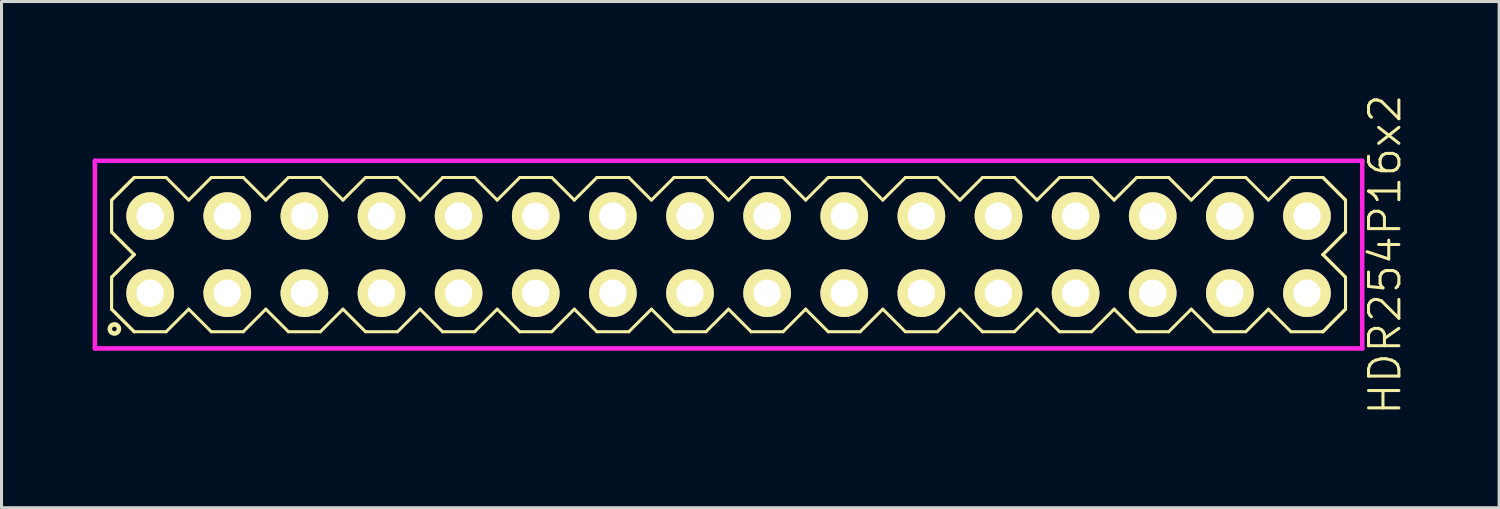
<source format=kicad_pcb>
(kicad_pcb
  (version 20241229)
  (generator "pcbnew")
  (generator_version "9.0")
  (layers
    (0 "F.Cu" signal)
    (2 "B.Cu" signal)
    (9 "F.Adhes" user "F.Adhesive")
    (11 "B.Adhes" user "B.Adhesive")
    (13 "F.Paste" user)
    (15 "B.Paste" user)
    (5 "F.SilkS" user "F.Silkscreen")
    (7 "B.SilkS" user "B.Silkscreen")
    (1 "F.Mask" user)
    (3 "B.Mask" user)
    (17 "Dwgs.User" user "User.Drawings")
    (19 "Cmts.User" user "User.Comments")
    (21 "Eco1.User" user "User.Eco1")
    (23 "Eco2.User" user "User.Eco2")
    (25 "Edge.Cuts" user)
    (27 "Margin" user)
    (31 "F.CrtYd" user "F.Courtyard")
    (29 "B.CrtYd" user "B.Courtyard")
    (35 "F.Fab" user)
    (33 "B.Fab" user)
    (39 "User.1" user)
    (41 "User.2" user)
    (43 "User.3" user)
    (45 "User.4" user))
  (footprint "HDR254P16x2"
    (layer "F.Cu")
    (at 20.945 5.336)
    (property "Reference" "HDR254P16x2" (at 21.62 0 90) (layer "F.SilkS") (effects (font (size 1 1) (thickness 0.1))))
    (attr through_hole)
    (fp_line (start -20.32 -1.796) (end -19.576 -2.54) (stroke (width 0.1) (type solid)) (layer "F.SilkS"))
    (fp_line (start -20.32 -1.796) (end -19.576 -2.54) (stroke (width 0.1) (type solid)) (layer "F.SilkS"))
    (fp_line (start -20.32 -0.744) (end -20.32 -1.796) (stroke (width 0.1) (type solid)) (layer "F.SilkS"))
    (fp_line (start -20.32 -0.744) (end -20.32 -1.796) (stroke (width 0.1) (type solid)) (layer "F.SilkS"))
    (fp_line (start -20.32 0.744) (end -19.576 0) (stroke (width 0.1) (type solid)) (layer "F.SilkS"))
    (fp_line (start -20.32 0.744) (end -19.576 0) (stroke (width 0.1) (type solid)) (layer "F.SilkS"))
    (fp_line (start -20.32 1.796) (end -20.32 0.744) (stroke (width 0.1) (type solid)) (layer "F.SilkS"))
    (fp_line (start -20.32 1.796) (end -20.32 0.744) (stroke (width 0.1) (type solid)) (layer "F.SilkS"))
    (fp_line (start -19.576 -2.54) (end -18.524 -2.54) (stroke (width 0.1) (type solid)) (layer "F.SilkS"))
    (fp_line (start -19.576 0) (end -20.32 -0.744) (stroke (width 0.1) (type solid)) (layer "F.SilkS"))
    (fp_line (start -19.576 0) (end -20.32 -0.744) (stroke (width 0.1) (type solid)) (layer "F.SilkS"))
    (fp_line (start -19.576 2.54) (end -20.32 1.796) (stroke (width 0.1) (type solid)) (layer "F.SilkS"))
    (fp_line (start -19.576 2.54) (end -20.32 1.796) (stroke (width 0.1) (type solid)) (layer "F.SilkS"))
    (fp_line (start -18.524 -2.54) (end -17.78 -1.796) (stroke (width 0.1) (type solid)) (layer "F.SilkS"))
    (fp_line (start -18.524 2.54) (end -19.576 2.54) (stroke (width 0.1) (type solid)) (layer "F.SilkS"))
    (fp_line (start -17.78 -1.796) (end -17.036 -2.54) (stroke (width 0.1) (type solid)) (layer "F.SilkS"))
    (fp_line (start -17.78 1.796) (end -18.524 2.54) (stroke (width 0.1) (type solid)) (layer "F.SilkS"))
    (fp_line (start -17.036 -2.54) (end -15.984 -2.54) (stroke (width 0.1) (type solid)) (layer "F.SilkS"))
    (fp_line (start -17.036 2.54) (end -17.78 1.796) (stroke (width 0.1) (type solid)) (layer "F.SilkS"))
    (fp_line (start -15.984 -2.54) (end -15.24 -1.796) (stroke (width 0.1) (type solid)) (layer "F.SilkS"))
    (fp_line (start -15.984 2.54) (end -17.036 2.54) (stroke (width 0.1) (type solid)) (layer "F.SilkS"))
    (fp_line (start -15.24 -1.796) (end -14.496 -2.54) (stroke (width 0.1) (type solid)) (layer "F.SilkS"))
    (fp_line (start -15.24 1.796) (end -15.984 2.54) (stroke (width 0.1) (type solid)) (layer "F.SilkS"))
    (fp_line (start -14.496 -2.54) (end -13.444 -2.54) (stroke (width 0.1) (type solid)) (layer "F.SilkS"))
    (fp_line (start -14.496 2.54) (end -15.24 1.796) (stroke (width 0.1) (type solid)) (layer "F.SilkS"))
    (fp_line (start -13.444 -2.54) (end -12.7 -1.796) (stroke (width 0.1) (type solid)) (layer "F.SilkS"))
    (fp_line (start -13.444 2.54) (end -14.496 2.54) (stroke (width 0.1) (type solid)) (layer "F.SilkS"))
    (fp_line (start -12.7 -1.796) (end -11.956 -2.54) (stroke (width 0.1) (type solid)) (layer "F.SilkS"))
    (fp_line (start -12.7 1.796) (end -13.444 2.54) (stroke (width 0.1) (type solid)) (layer "F.SilkS"))
    (fp_line (start -11.956 -2.54) (end -10.904 -2.54) (stroke (width 0.1) (type solid)) (layer "F.SilkS"))
    (fp_line (start -11.956 2.54) (end -12.7 1.796) (stroke (width 0.1) (type solid)) (layer "F.SilkS"))
    (fp_line (start -10.904 -2.54) (end -10.16 -1.796) (stroke (width 0.1) (type solid)) (layer "F.SilkS"))
    (fp_line (start -10.904 2.54) (end -11.956 2.54) (stroke (width 0.1) (type solid)) (layer "F.SilkS"))
    (fp_line (start -10.16 -1.796) (end -9.416 -2.54) (stroke (width 0.1) (type solid)) (layer "F.SilkS"))
    (fp_line (start -10.16 1.796) (end -10.904 2.54) (stroke (width 0.1) (type solid)) (layer "F.SilkS"))
    (fp_line (start -9.416 -2.54) (end -8.364 -2.54) (stroke (width 0.1) (type solid)) (layer "F.SilkS"))
    (fp_line (start -9.416 2.54) (end -10.16 1.796) (stroke (width 0.1) (type solid)) (layer "F.SilkS"))
    (fp_line (start -8.364 -2.54) (end -7.62 -1.796) (stroke (width 0.1) (type solid)) (layer "F.SilkS"))
    (fp_line (start -8.364 2.54) (end -9.416 2.54) (stroke (width 0.1) (type solid)) (layer "F.SilkS"))
    (fp_line (start -7.62 -1.796) (end -6.876 -2.54) (stroke (width 0.1) (type solid)) (layer "F.SilkS"))
    (fp_line (start -7.62 1.796) (end -8.364 2.54) (stroke (width 0.1) (type solid)) (layer "F.SilkS"))
    (fp_line (start -6.876 -2.54) (end -5.824 -2.54) (stroke (width 0.1) (type solid)) (layer "F.SilkS"))
    (fp_line (start -6.876 2.54) (end -7.62 1.796) (stroke (width 0.1) (type solid)) (layer "F.SilkS"))
    (fp_line (start -5.824 -2.54) (end -5.08 -1.796) (stroke (width 0.1) (type solid)) (layer "F.SilkS"))
    (fp_line (start -5.824 2.54) (end -6.876 2.54) (stroke (width 0.1) (type solid)) (layer "F.SilkS"))
    (fp_line (start -5.08 -1.796) (end -4.336 -2.54) (stroke (width 0.1) (type solid)) (layer "F.SilkS"))
    (fp_line (start -5.08 1.796) (end -5.824 2.54) (stroke (width 0.1) (type solid)) (layer "F.SilkS"))
    (fp_line (start -4.336 -2.54) (end -3.284 -2.54) (stroke (width 0.1) (type solid)) (layer "F.SilkS"))
    (fp_line (start -4.336 2.54) (end -5.08 1.796) (stroke (width 0.1) (type solid)) (layer "F.SilkS"))
    (fp_line (start -3.284 -2.54) (end -2.54 -1.796) (stroke (width 0.1) (type solid)) (layer "F.SilkS"))
    (fp_line (start -3.284 2.54) (end -4.336 2.54) (stroke (width 0.1) (type solid)) (layer "F.SilkS"))
    (fp_line (start -2.54 -1.796) (end -1.796 -2.54) (stroke (width 0.1) (type solid)) (layer "F.SilkS"))
    (fp_line (start -2.54 1.796) (end -3.284 2.54) (stroke (width 0.1) (type solid)) (layer "F.SilkS"))
    (fp_line (start -1.796 -2.54) (end -0.744 -2.54) (stroke (width 0.1) (type solid)) (layer "F.SilkS"))
    (fp_line (start -1.796 2.54) (end -2.54 1.796) (stroke (width 0.1) (type solid)) (layer "F.SilkS"))
    (fp_line (start -0.744 -2.54) (end 0 -1.796) (stroke (width 0.1) (type solid)) (layer "F.SilkS"))
    (fp_line (start -0.744 2.54) (end -1.796 2.54) (stroke (width 0.1) (type solid)) (layer "F.SilkS"))
    (fp_line (start 0 -1.796) (end 0.744 -2.54) (stroke (width 0.1) (type solid)) (layer "F.SilkS"))
    (fp_line (start 0 1.796) (end -0.744 2.54) (stroke (width 0.1) (type solid)) (layer "F.SilkS"))
    (fp_line (start 0.744 -2.54) (end 1.796 -2.54) (stroke (width 0.1) (type solid)) (layer "F.SilkS"))
    (fp_line (start 0.744 2.54) (end 0 1.796) (stroke (width 0.1) (type solid)) (layer "F.SilkS"))
    (fp_line (start 1.796 -2.54) (end 2.54 -1.796) (stroke (width 0.1) (type solid)) (layer "F.SilkS"))
    (fp_line (start 1.796 2.54) (end 0.744 2.54) (stroke (width 0.1) (type solid)) (layer "F.SilkS"))
    (fp_line (start 2.54 -1.796) (end 3.284 -2.54) (stroke (width 0.1) (type solid)) (layer "F.SilkS"))
    (fp_line (start 2.54 1.796) (end 1.796 2.54) (stroke (width 0.1) (type solid)) (layer "F.SilkS"))
    (fp_line (start 3.284 -2.54) (end 4.336 -2.54) (stroke (width 0.1) (type solid)) (layer "F.SilkS"))
    (fp_line (start 3.284 2.54) (end 2.54 1.796) (stroke (width 0.1) (type solid)) (layer "F.SilkS"))
    (fp_line (start 4.336 -2.54) (end 5.08 -1.796) (stroke (width 0.1) (type solid)) (layer "F.SilkS"))
    (fp_line (start 4.336 2.54) (end 3.284 2.54) (stroke (width 0.1) (type solid)) (layer "F.SilkS"))
    (fp_line (start 5.08 -1.796) (end 5.824 -2.54) (stroke (width 0.1) (type solid)) (layer "F.SilkS"))
    (fp_line (start 5.08 1.796) (end 4.336 2.54) (stroke (width 0.1) (type solid)) (layer "F.SilkS"))
    (fp_line (start 5.824 -2.54) (end 6.876 -2.54) (stroke (width 0.1) (type solid)) (layer "F.SilkS"))
    (fp_line (start 5.824 2.54) (end 5.08 1.796) (stroke (width 0.1) (type solid)) (layer "F.SilkS"))
    (fp_line (start 6.876 -2.54) (end 7.62 -1.796) (stroke (width 0.1) (type solid)) (layer "F.SilkS"))
    (fp_line (start 6.876 2.54) (end 5.824 2.54) (stroke (width 0.1) (type solid)) (layer "F.SilkS"))
    (fp_line (start 7.62 -1.796) (end 8.364 -2.54) (stroke (width 0.1) (type solid)) (layer "F.SilkS"))
    (fp_line (start 7.62 1.796) (end 6.876 2.54) (stroke (width 0.1) (type solid)) (layer "F.SilkS"))
    (fp_line (start 8.364 -2.54) (end 9.416 -2.54) (stroke (width 0.1) (type solid)) (layer "F.SilkS"))
    (fp_line (start 8.364 2.54) (end 7.62 1.796) (stroke (width 0.1) (type solid)) (layer "F.SilkS"))
    (fp_line (start 9.416 -2.54) (end 10.16 -1.796) (stroke (width 0.1) (type solid)) (layer "F.SilkS"))
    (fp_line (start 9.416 2.54) (end 8.364 2.54) (stroke (width 0.1) (type solid)) (layer "F.SilkS"))
    (fp_line (start 10.16 -1.796) (end 10.904 -2.54) (stroke (width 0.1) (type solid)) (layer "F.SilkS"))
    (fp_line (start 10.16 1.796) (end 9.416 2.54) (stroke (width 0.1) (type solid)) (layer "F.SilkS"))
    (fp_line (start 10.904 -2.54) (end 11.956 -2.54) (stroke (width 0.1) (type solid)) (layer "F.SilkS"))
    (fp_line (start 10.904 2.54) (end 10.16 1.796) (stroke (width 0.1) (type solid)) (layer "F.SilkS"))
    (fp_line (start 11.956 -2.54) (end 12.7 -1.796) (stroke (width 0.1) (type solid)) (layer "F.SilkS"))
    (fp_line (start 11.956 2.54) (end 10.904 2.54) (stroke (width 0.1) (type solid)) (layer "F.SilkS"))
    (fp_line (start 12.7 -1.796) (end 13.444 -2.54) (stroke (width 0.1) (type solid)) (layer "F.SilkS"))
    (fp_line (start 12.7 1.796) (end 11.956 2.54) (stroke (width 0.1) (type solid)) (layer "F.SilkS"))
    (fp_line (start 13.444 -2.54) (end 14.496 -2.54) (stroke (width 0.1) (type solid)) (layer "F.SilkS"))
    (fp_line (start 13.444 2.54) (end 12.7 1.796) (stroke (width 0.1) (type solid)) (layer "F.SilkS"))
    (fp_line (start 14.496 -2.54) (end 15.24 -1.796) (stroke (width 0.1) (type solid)) (layer "F.SilkS"))
    (fp_line (start 14.496 2.54) (end 13.444 2.54) (stroke (width 0.1) (type solid)) (layer "F.SilkS"))
    (fp_line (start 15.24 -1.796) (end 15.984 -2.54) (stroke (width 0.1) (type solid)) (layer "F.SilkS"))
    (fp_line (start 15.24 1.796) (end 14.496 2.54) (stroke (width 0.1) (type solid)) (layer "F.SilkS"))
    (fp_line (start 15.984 -2.54) (end 17.036 -2.54) (stroke (width 0.1) (type solid)) (layer "F.SilkS"))
    (fp_line (start 15.984 2.54) (end 15.24 1.796) (stroke (width 0.1) (type solid)) (layer "F.SilkS"))
    (fp_line (start 17.036 -2.54) (end 17.78 -1.796) (stroke (width 0.1) (type solid)) (layer "F.SilkS"))
    (fp_line (start 17.036 2.54) (end 15.984 2.54) (stroke (width 0.1) (type solid)) (layer "F.SilkS"))
    (fp_line (start 17.78 -1.796) (end 18.524 -2.54) (stroke (width 0.1) (type solid)) (layer "F.SilkS"))
    (fp_line (start 17.78 1.796) (end 17.036 2.54) (stroke (width 0.1) (type solid)) (layer "F.SilkS"))
    (fp_line (start 18.524 -2.54) (end 19.576 -2.54) (stroke (width 0.1) (type solid)) (layer "F.SilkS"))
    (fp_line (start 18.524 2.54) (end 17.78 1.796) (stroke (width 0.1) (type solid)) (layer "F.SilkS"))
    (fp_line (start 19.576 -2.54) (end 20.32 -1.796) (stroke (width 0.1) (type solid)) (layer "F.SilkS"))
    (fp_line (start 19.576 -2.54) (end 20.32 -1.796) (stroke (width 0.1) (type solid)) (layer "F.SilkS"))
    (fp_line (start 19.576 0) (end 20.32 0.744) (stroke (width 0.1) (type solid)) (layer "F.SilkS"))
    (fp_line (start 19.576 0) (end 20.32 0.744) (stroke (width 0.1) (type solid)) (layer "F.SilkS"))
    (fp_line (start 19.576 2.54) (end 18.524 2.54) (stroke (width 0.1) (type solid)) (layer "F.SilkS"))
    (fp_line (start 20.32 -1.796) (end 20.32 -0.744) (stroke (width 0.1) (type solid)) (layer "F.SilkS"))
    (fp_line (start 20.32 -1.796) (end 20.32 -0.744) (stroke (width 0.1) (type solid)) (layer "F.SilkS"))
    (fp_line (start 20.32 -0.744) (end 19.576 0) (stroke (width 0.1) (type solid)) (layer "F.SilkS"))
    (fp_line (start 20.32 -0.744) (end 19.576 0) (stroke (width 0.1) (type solid)) (layer "F.SilkS"))
    (fp_line (start 20.32 0.744) (end 20.32 1.796) (stroke (width 0.1) (type solid)) (layer "F.SilkS"))
    (fp_line (start 20.32 0.744) (end 20.32 1.796) (stroke (width 0.1) (type solid)) (layer "F.SilkS"))
    (fp_line (start 20.32 1.796) (end 19.576 2.54) (stroke (width 0.1) (type solid)) (layer "F.SilkS"))
    (fp_line (start 20.32 1.796) (end 19.576 2.54) (stroke (width 0.1) (type solid)) (layer "F.SilkS"))
    (fp_circle (center -20.228 2.448) (end -20.078 2.448) (stroke (width 0.15) (type solid)) (fill no) (layer "F.SilkS"))
    (fp_line (start -20.87 -3.09) (end -20.87 3.09) (stroke (width 0.15) (type solid)) (layer "F.CrtYd"))
    (fp_line (start -20.87 3.09) (end 20.87 3.09) (stroke (width 0.15) (type solid)) (layer "F.CrtYd"))
    (fp_line (start 20.87 -3.09) (end -20.87 -3.09) (stroke (width 0.15) (type solid)) (layer "F.CrtYd"))
    (fp_line (start 20.87 3.09) (end 20.87 -3.09) (stroke (width 0.15) (type solid)) (layer "F.CrtYd"))
    (pad "1" thru_hole oval (at -19.05 1.27) (size 1.57 1.57) (drill 0.9) (layers "*.Cu" "*.Mask" "F.SilkS"))
    (pad "2" thru_hole oval (at -19.05 -1.27) (size 1.57 1.57) (drill 0.9) (layers "*.Cu" "*.Mask" "F.SilkS"))
    (pad "3" thru_hole oval (at -16.51 1.27) (size 1.57 1.57) (drill 0.9) (layers "*.Cu" "*.Mask" "F.SilkS"))
    (pad "4" thru_hole oval (at -16.51 -1.27) (size 1.57 1.57) (drill 0.9) (layers "*.Cu" "*.Mask" "F.SilkS"))
    (pad "5" thru_hole oval (at -13.97 1.27) (size 1.57 1.57) (drill 0.9) (layers "*.Cu" "*.Mask" "F.SilkS"))
    (pad "6" thru_hole oval (at -13.97 -1.27) (size 1.57 1.57) (drill 0.9) (layers "*.Cu" "*.Mask" "F.SilkS"))
    (pad "7" thru_hole oval (at -11.43 1.27) (size 1.57 1.57) (drill 0.9) (layers "*.Cu" "*.Mask" "F.SilkS"))
    (pad "8" thru_hole oval (at -11.43 -1.27) (size 1.57 1.57) (drill 0.9) (layers "*.Cu" "*.Mask" "F.SilkS"))
    (pad "9" thru_hole oval (at -8.89 1.27) (size 1.57 1.57) (drill 0.9) (layers "*.Cu" "*.Mask" "F.SilkS"))
    (pad "10" thru_hole oval (at -8.89 -1.27) (size 1.57 1.57) (drill 0.9) (layers "*.Cu" "*.Mask" "F.SilkS"))
    (pad "11" thru_hole oval (at -6.35 1.27) (size 1.57 1.57) (drill 0.9) (layers "*.Cu" "*.Mask" "F.SilkS"))
    (pad "12" thru_hole oval (at -6.35 -1.27) (size 1.57 1.57) (drill 0.9) (layers "*.Cu" "*.Mask" "F.SilkS"))
    (pad "13" thru_hole oval (at -3.81 1.27) (size 1.57 1.57) (drill 0.9) (layers "*.Cu" "*.Mask" "F.SilkS"))
    (pad "14" thru_hole oval (at -3.81 -1.27) (size 1.57 1.57) (drill 0.9) (layers "*.Cu" "*.Mask" "F.SilkS"))
    (pad "15" thru_hole oval (at -1.27 1.27) (size 1.57 1.57) (drill 0.9) (layers "*.Cu" "*.Mask" "F.SilkS"))
    (pad "16" thru_hole oval (at -1.27 -1.27) (size 1.57 1.57) (drill 0.9) (layers "*.Cu" "*.Mask" "F.SilkS"))
    (pad "17" thru_hole oval (at 1.27 1.27) (size 1.57 1.57) (drill 0.9) (layers "*.Cu" "*.Mask" "F.SilkS"))
    (pad "18" thru_hole oval (at 1.27 -1.27) (size 1.57 1.57) (drill 0.9) (layers "*.Cu" "*.Mask" "F.SilkS"))
    (pad "19" thru_hole oval (at 3.81 1.27) (size 1.57 1.57) (drill 0.9) (layers "*.Cu" "*.Mask" "F.SilkS"))
    (pad "20" thru_hole oval (at 3.81 -1.27) (size 1.57 1.57) (drill 0.9) (layers "*.Cu" "*.Mask" "F.SilkS"))
    (pad "21" thru_hole oval (at 6.35 1.27) (size 1.57 1.57) (drill 0.9) (layers "*.Cu" "*.Mask" "F.SilkS"))
    (pad "22" thru_hole oval (at 6.35 -1.27) (size 1.57 1.57) (drill 0.9) (layers "*.Cu" "*.Mask" "F.SilkS"))
    (pad "23" thru_hole oval (at 8.89 1.27) (size 1.57 1.57) (drill 0.9) (layers "*.Cu" "*.Mask" "F.SilkS"))
    (pad "24" thru_hole oval (at 8.89 -1.27) (size 1.57 1.57) (drill 0.9) (layers "*.Cu" "*.Mask" "F.SilkS"))
    (pad "25" thru_hole oval (at 11.43 1.27) (size 1.57 1.57) (drill 0.9) (layers "*.Cu" "*.Mask" "F.SilkS"))
    (pad "26" thru_hole oval (at 11.43 -1.27) (size 1.57 1.57) (drill 0.9) (layers "*.Cu" "*.Mask" "F.SilkS"))
    (pad "27" thru_hole oval (at 13.97 1.27) (size 1.57 1.57) (drill 0.9) (layers "*.Cu" "*.Mask" "F.SilkS"))
    (pad "28" thru_hole oval (at 13.97 -1.27) (size 1.57 1.57) (drill 0.9) (layers "*.Cu" "*.Mask" "F.SilkS"))
    (pad "29" thru_hole oval (at 16.51 1.27) (size 1.57 1.57) (drill 0.9) (layers "*.Cu" "*.Mask" "F.SilkS"))
    (pad "30" thru_hole oval (at 16.51 -1.27) (size 1.57 1.57) (drill 0.9) (layers "*.Cu" "*.Mask" "F.SilkS"))
    (pad "31" thru_hole oval (at 19.05 1.27) (size 1.57 1.57) (drill 0.9) (layers "*.Cu" "*.Mask" "F.SilkS"))
    (pad "32" thru_hole oval (at 19.05 -1.27) (size 1.57 1.57) (drill 0.9) (layers "*.Cu" "*.Mask" "F.SilkS")))
  (gr_rect
    (start -3 -3)
    (end 46.325 13.671)
    (stroke (width 0.1) (type default))
    (fill no)
    (layer "Edge.Cuts")))
</source>
